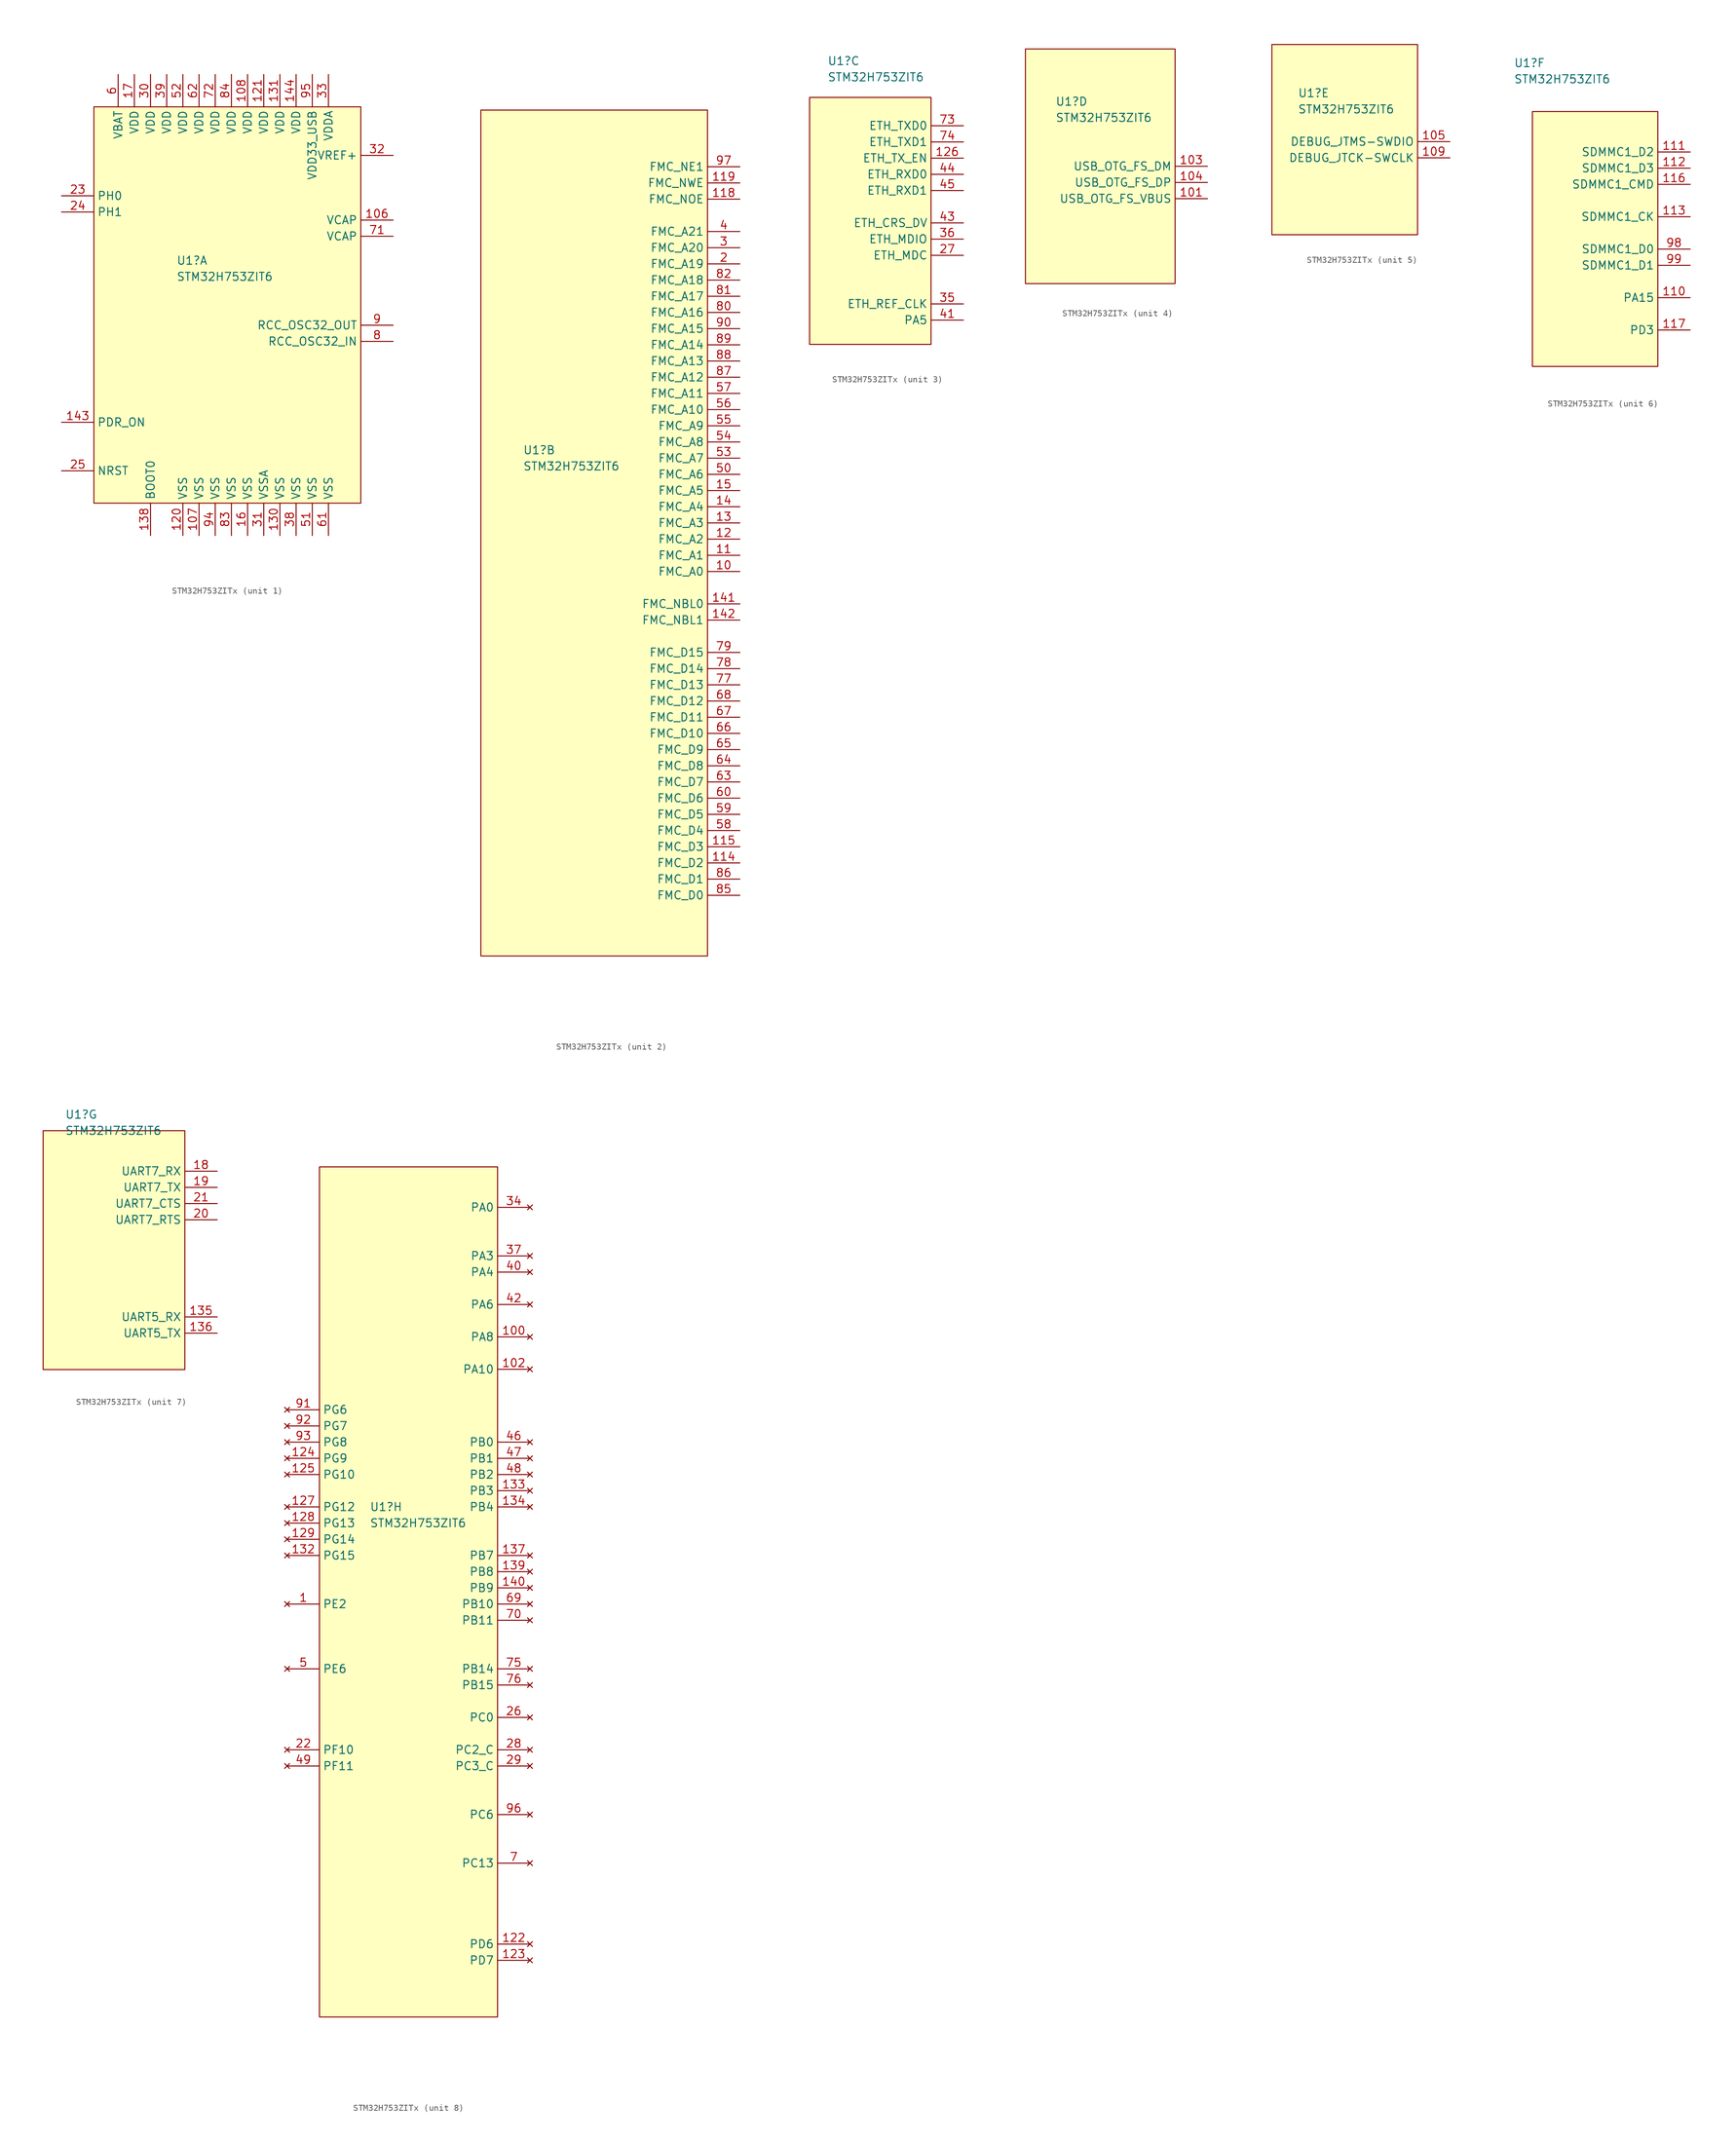
<source format=kicad_sym>
(kicad_symbol_lib
  (version 20231120)
  (generator "kicad_symbol_editor")
  (generator_version "8.0")
  (symbol "STM32H753ZITx"
    (property "Reference" "U1"
      (at -7.366 22.86 0)
      (effects (font (size 1.27 1.27)) (justify left)))
    (property "Value" "STM32H753ZIT6"
      (at -7.366 20.32 0)
      (effects (font (size 1.27 1.27)) (justify left)))
    (property "ki_locked" ""
      (at 0 0 0)
      (effects (font (size 1.27 1.27))))
    (symbol "STM32H753ZITx_1_1"
      (rectangle (start -20.32 46.99) (end 21.59 -15.24) (stroke (width 0) (type default)) (fill (type background)))
      (pin power_out line (at 26.67 29.21 180) (length 5.08) (name "VCAP" (effects (font (size 1.27 1.27)))) (number "106" (effects (font (size 1.27 1.27)))))
      (pin power_in line (at -3.81 -20.32 90) (length 5.08) (name "VSS" (effects (font (size 1.27 1.27)))) (number "107" (effects (font (size 1.27 1.27)))))
      (pin power_in line (at 3.81 52.07 270) (length 5.08) (name "VDD" (effects (font (size 1.27 1.27)))) (number "108" (effects (font (size 1.27 1.27)))))
      (pin power_in line (at -6.35 -20.32 90) (length 5.08) (name "VSS" (effects (font (size 1.27 1.27)))) (number "120" (effects (font (size 1.27 1.27)))))
      (pin power_in line (at 6.35 52.07 270) (length 5.08) (name "VDD" (effects (font (size 1.27 1.27)))) (number "121" (effects (font (size 1.27 1.27)))))
      (pin power_in line (at 8.89 -20.32 90) (length 5.08) (name "VSS" (effects (font (size 1.27 1.27)))) (number "130" (effects (font (size 1.27 1.27)))))
      (pin power_in line (at 8.89 52.07 270) (length 5.08) (name "VDD" (effects (font (size 1.27 1.27)))) (number "131" (effects (font (size 1.27 1.27)))))
      (pin input line (at -11.43 -20.32 90) (length 5.08) (name "BOOT0" (effects (font (size 1.27 1.27)))) (number "138" (effects (font (size 1.27 1.27)))))
      (pin input line (at -25.4 -2.54 0) (length 5.08) (name "PDR_ON" (effects (font (size 1.27 1.27)))) (number "143" (effects (font (size 1.27 1.27)))))
      (pin power_in line (at 11.43 52.07 270) (length 5.08) (name "VDD" (effects (font (size 1.27 1.27)))) (number "144" (effects (font (size 1.27 1.27)))))
      (pin power_in line (at 3.81 -20.32 90) (length 5.08) (name "VSS" (effects (font (size 1.27 1.27)))) (number "16" (effects (font (size 1.27 1.27)))))
      (pin power_in line (at -13.97 52.07 270) (length 5.08) (name "VDD" (effects (font (size 1.27 1.27)))) (number "17" (effects (font (size 1.27 1.27)))))
      (pin bidirectional line (at -25.4 33.02 0) (length 5.08) (name "PH0" (effects (font (size 1.27 1.27)))) (number "23" (effects (font (size 1.27 1.27)))) (alternate "RCC_OSC_IN" bidirectional line))
      (pin bidirectional line (at -25.4 30.48 0) (length 5.08) (name "PH1" (effects (font (size 1.27 1.27)))) (number "24" (effects (font (size 1.27 1.27)))) (alternate "RCC_OSC_OUT" bidirectional line))
      (pin input line (at -25.4 -10.16 0) (length 5.08) (name "NRST" (effects (font (size 1.27 1.27)))) (number "25" (effects (font (size 1.27 1.27)))))
      (pin power_in line (at -11.43 52.07 270) (length 5.08) (name "VDD" (effects (font (size 1.27 1.27)))) (number "30" (effects (font (size 1.27 1.27)))))
      (pin power_in line (at 6.35 -20.32 90) (length 5.08) (name "VSSA" (effects (font (size 1.27 1.27)))) (number "31" (effects (font (size 1.27 1.27)))))
      (pin input line (at 26.67 39.37 180) (length 5.08) (name "VREF+" (effects (font (size 1.27 1.27)))) (number "32" (effects (font (size 1.27 1.27)))) (alternate "VREFBUF_OUT" bidirectional line))
      (pin power_in line (at 16.51 52.07 270) (length 5.08) (name "VDDA" (effects (font (size 1.27 1.27)))) (number "33" (effects (font (size 1.27 1.27)))))
      (pin power_in line (at 11.43 -20.32 90) (length 5.08) (name "VSS" (effects (font (size 1.27 1.27)))) (number "38" (effects (font (size 1.27 1.27)))))
      (pin power_in line (at -8.89 52.07 270) (length 5.08) (name "VDD" (effects (font (size 1.27 1.27)))) (number "39" (effects (font (size 1.27 1.27)))))
      (pin power_in line (at 13.97 -20.32 90) (length 5.08) (name "VSS" (effects (font (size 1.27 1.27)))) (number "51" (effects (font (size 1.27 1.27)))))
      (pin power_in line (at -6.35 52.07 270) (length 5.08) (name "VDD" (effects (font (size 1.27 1.27)))) (number "52" (effects (font (size 1.27 1.27)))))
      (pin power_in line (at -16.51 52.07 270) (length 5.08) (name "VBAT" (effects (font (size 1.27 1.27)))) (number "6" (effects (font (size 1.27 1.27)))))
      (pin power_in line (at 16.51 -20.32 90) (length 5.08) (name "VSS" (effects (font (size 1.27 1.27)))) (number "61" (effects (font (size 1.27 1.27)))))
      (pin power_in line (at -3.81 52.07 270) (length 5.08) (name "VDD" (effects (font (size 1.27 1.27)))) (number "62" (effects (font (size 1.27 1.27)))))
      (pin power_out line (at 26.67 26.67 180) (length 5.08) (name "VCAP" (effects (font (size 1.27 1.27)))) (number "71" (effects (font (size 1.27 1.27)))))
      (pin power_in line (at -1.27 52.07 270) (length 5.08) (name "VDD" (effects (font (size 1.27 1.27)))) (number "72" (effects (font (size 1.27 1.27)))))
      (pin input line (at 26.67 10.16 180) (length 5.08) (name "RCC_OSC32_IN" (effects (font (size 1.27 1.27)))) (number "8" (effects (font (size 1.27 1.27)))) (alternate "RCC_OSC32_IN" bidirectional line))
      (pin power_in line (at 1.27 -20.32 90) (length 5.08) (name "VSS" (effects (font (size 1.27 1.27)))) (number "83" (effects (font (size 1.27 1.27)))))
      (pin power_in line (at 1.27 52.07 270) (length 5.08) (name "VDD" (effects (font (size 1.27 1.27)))) (number "84" (effects (font (size 1.27 1.27)))))
      (pin output line (at 26.67 12.7 180) (length 5.08) (name "RCC_OSC32_OUT" (effects (font (size 1.27 1.27)))) (number "9" (effects (font (size 1.27 1.27)))) (alternate "ADC1_EXTI15" bidirectional line) (alternate "ADC2_EXTI15" bidirectional line) (alternate "ADC3_EXTI15" bidirectional line) (alternate "RCC_OSC32_OUT" bidirectional line))
      (pin power_in line (at -1.27 -20.32 90) (length 5.08) (name "VSS" (effects (font (size 1.27 1.27)))) (number "94" (effects (font (size 1.27 1.27)))))
      (pin power_out line (at 13.97 52.07 270) (length 5.08) (name "VDD33_USB" (effects (font (size 1.27 1.27)))) (number "95" (effects (font (size 1.27 1.27))))))
    (symbol "STM32H753ZITx_2_1"
      (rectangle (start -13.97 76.2) (end 21.59 -56.515) (stroke (width 0) (type default)) (fill (type background)))
      (pin output line (at 26.67 3.81 180) (length 5.08) (name "FMC_A0" (effects (font (size 1.27 1.27)))) (number "10" (effects (font (size 1.27 1.27)))) (alternate "FMC_A0" bidirectional line) (alternate "I2C2_SDA" bidirectional line))
      (pin output line (at 26.67 6.35 180) (length 5.08) (name "FMC_A1" (effects (font (size 1.27 1.27)))) (number "11" (effects (font (size 1.27 1.27)))) (alternate "FMC_A1" bidirectional line) (alternate "I2C2_SCL" bidirectional line))
      (pin bidirectional line (at 26.67 -41.91 180) (length 5.08) (name "FMC_D2" (effects (font (size 1.27 1.27)))) (number "114" (effects (font (size 1.27 1.27)))) (alternate "DFSDM1_CKIN6" bidirectional line) (alternate "FDCAN1_RX" bidirectional line) (alternate "FMC_D2" bidirectional line) (alternate "FMC_DA2" bidirectional line) (alternate "SAI3_SCK_A" bidirectional line) (alternate "UART4_RX" bidirectional line))
      (pin bidirectional line (at 26.67 -39.37 180) (length 5.08) (name "FMC_D3" (effects (font (size 1.27 1.27)))) (number "115" (effects (font (size 1.27 1.27)))) (alternate "DFSDM1_DATIN6" bidirectional line) (alternate "FDCAN1_TX" bidirectional line) (alternate "FMC_D3" bidirectional line) (alternate "FMC_DA3" bidirectional line) (alternate "SAI3_SD_A" bidirectional line) (alternate "UART4_TX" bidirectional line))
      (pin output line (at 26.67 62.23 180) (length 5.08) (name "FMC_NOE" (effects (font (size 1.27 1.27)))) (number "118" (effects (font (size 1.27 1.27)))) (alternate "FMC_NOE" bidirectional line) (alternate "HRTIM_FLT3" bidirectional line) (alternate "SAI3_FS_A" bidirectional line) (alternate "USART2_DE" bidirectional line) (alternate "USART2_RTS" bidirectional line))
      (pin output line (at 26.67 64.77 180) (length 5.08) (name "FMC_NWE" (effects (font (size 1.27 1.27)))) (number "119" (effects (font (size 1.27 1.27)))) (alternate "FMC_NWE" bidirectional line) (alternate "HRTIM_EEV3" bidirectional line) (alternate "USART2_TX" bidirectional line))
      (pin output line (at 26.67 8.89 180) (length 5.08) (name "FMC_A2" (effects (font (size 1.27 1.27)))) (number "12" (effects (font (size 1.27 1.27)))) (alternate "FMC_A2" bidirectional line) (alternate "I2C2_SMBA" bidirectional line))
      (pin output line (at 26.67 11.43 180) (length 5.08) (name "FMC_A3" (effects (font (size 1.27 1.27)))) (number "13" (effects (font (size 1.27 1.27)))) (alternate "ADC3_INP5" bidirectional line) (alternate "FMC_A3" bidirectional line))
      (pin output line (at 26.67 13.97 180) (length 5.08) (name "FMC_A4" (effects (font (size 1.27 1.27)))) (number "14" (effects (font (size 1.27 1.27)))) (alternate "ADC3_INN5" bidirectional line) (alternate "ADC3_INP9" bidirectional line) (alternate "FMC_A4" bidirectional line))
      (pin output line (at 26.67 -1.27 180) (length 5.08) (name "FMC_NBL0" (effects (font (size 1.27 1.27)))) (number "141" (effects (font (size 1.27 1.27)))) (alternate "DCMI_D2" bidirectional line) (alternate "FMC_NBL0" bidirectional line) (alternate "HRTIM_SCIN" bidirectional line) (alternate "LPTIM1_ETR" bidirectional line) (alternate "LPTIM2_ETR" bidirectional line) (alternate "SAI2_MCLK_A" bidirectional line) (alternate "TIM4_ETR" bidirectional line) (alternate "UART8_RX" bidirectional line))
      (pin output line (at 26.67 -3.81 180) (length 5.08) (name "FMC_NBL1" (effects (font (size 1.27 1.27)))) (number "142" (effects (font (size 1.27 1.27)))) (alternate "DCMI_D3" bidirectional line) (alternate "FMC_NBL1" bidirectional line) (alternate "HRTIM_SCOUT" bidirectional line) (alternate "LPTIM1_IN2" bidirectional line) (alternate "UART8_TX" bidirectional line))
      (pin output line (at 26.67 16.51 180) (length 5.08) (name "FMC_A5" (effects (font (size 1.27 1.27)))) (number "15" (effects (font (size 1.27 1.27)))) (alternate "ADC3_INP4" bidirectional line) (alternate "FMC_A5" bidirectional line))
      (pin output line (at 26.67 52.07 180) (length 5.08) (name "FMC_A19" (effects (font (size 1.27 1.27)))) (number "2" (effects (font (size 1.27 1.27)))) (alternate "DEBUG_TRACED0" bidirectional line) (alternate "FMC_A19" bidirectional line) (alternate "SAI1_SD_B" bidirectional line) (alternate "SAI4_SD_B" bidirectional line) (alternate "TIM15_BKIN" bidirectional line))
      (pin output line (at 26.67 54.61 180) (length 5.08) (name "FMC_A20" (effects (font (size 1.27 1.27)))) (number "3" (effects (font (size 1.27 1.27)))) (alternate "DCMI_D4" bidirectional line) (alternate "DEBUG_TRACED1" bidirectional line) (alternate "DFSDM1_DATIN3" bidirectional line) (alternate "FMC_A20" bidirectional line) (alternate "LTDC_B0" bidirectional line) (alternate "SAI1_D2" bidirectional line) (alternate "SAI1_FS_A" bidirectional line) (alternate "SAI4_D2" bidirectional line) (alternate "SAI4_FS_A" bidirectional line) (alternate "SPI4_NSS" bidirectional line) (alternate "TIM15_CH1N" bidirectional line))
      (pin output line (at 26.67 57.15 180) (length 5.08) (name "FMC_A21" (effects (font (size 1.27 1.27)))) (number "4" (effects (font (size 1.27 1.27)))) (alternate "DCMI_D6" bidirectional line) (alternate "DEBUG_TRACED2" bidirectional line) (alternate "DFSDM1_CKIN3" bidirectional line) (alternate "FMC_A21" bidirectional line) (alternate "LTDC_G0" bidirectional line) (alternate "SAI1_CK2" bidirectional line) (alternate "SAI1_SCK_A" bidirectional line) (alternate "SAI4_CK2" bidirectional line) (alternate "SAI4_SCK_A" bidirectional line) (alternate "SPI4_MISO" bidirectional line) (alternate "TIM15_CH1" bidirectional line))
      (pin output line (at 26.67 19.05 180) (length 5.08) (name "FMC_A6" (effects (font (size 1.27 1.27)))) (number "50" (effects (font (size 1.27 1.27)))) (alternate "ADC1_INN2" bidirectional line) (alternate "ADC1_INP6" bidirectional line) (alternate "FMC_A6" bidirectional line))
      (pin output line (at 26.67 21.59 180) (length 5.08) (name "FMC_A7" (effects (font (size 1.27 1.27)))) (number "53" (effects (font (size 1.27 1.27)))) (alternate "ADC2_INP2" bidirectional line) (alternate "DFSDM1_DATIN6" bidirectional line) (alternate "FMC_A7" bidirectional line) (alternate "I2C4_SMBA" bidirectional line))
      (pin output line (at 26.67 24.13 180) (length 5.08) (name "FMC_A8" (effects (font (size 1.27 1.27)))) (number "54" (effects (font (size 1.27 1.27)))) (alternate "ADC2_INN2" bidirectional line) (alternate "ADC2_INP6" bidirectional line) (alternate "DFSDM1_CKIN6" bidirectional line) (alternate "FMC_A8" bidirectional line) (alternate "I2C4_SCL" bidirectional line))
      (pin output line (at 26.67 26.67 180) (length 5.08) (name "FMC_A9" (effects (font (size 1.27 1.27)))) (number "55" (effects (font (size 1.27 1.27)))) (alternate "ADC1_EXTI15" bidirectional line) (alternate "ADC2_EXTI15" bidirectional line) (alternate "ADC3_EXTI15" bidirectional line) (alternate "FMC_A9" bidirectional line) (alternate "I2C4_SDA" bidirectional line))
      (pin output line (at 26.67 29.21 180) (length 5.08) (name "FMC_A10" (effects (font (size 1.27 1.27)))) (number "56" (effects (font (size 1.27 1.27)))) (alternate "FMC_A10" bidirectional line))
      (pin output line (at 26.67 31.75 180) (length 5.08) (name "FMC_A11" (effects (font (size 1.27 1.27)))) (number "57" (effects (font (size 1.27 1.27)))) (alternate "FMC_A11" bidirectional line) (alternate "OPAMP2_VINM" bidirectional line) (alternate "OPAMP2_VINM1" bidirectional line))
      (pin bidirectional line (at 26.67 -36.83 180) (length 5.08) (name "FMC_D4" (effects (font (size 1.27 1.27)))) (number "58" (effects (font (size 1.27 1.27)))) (alternate "COMP2_INM" bidirectional line) (alternate "DFSDM1_DATIN2" bidirectional line) (alternate "FMC_D4" bidirectional line) (alternate "FMC_DA4" bidirectional line) (alternate "OPAMP2_VOUT" bidirectional line) (alternate "QUADSPI_BK2_IO0" bidirectional line) (alternate "TIM1_ETR" bidirectional line) (alternate "UART7_RX" bidirectional line))
      (pin bidirectional line (at 26.67 -34.29 180) (length 5.08) (name "FMC_D5" (effects (font (size 1.27 1.27)))) (number "59" (effects (font (size 1.27 1.27)))) (alternate "COMP2_OUT" bidirectional line) (alternate "DFSDM1_CKIN2" bidirectional line) (alternate "FMC_D5" bidirectional line) (alternate "FMC_DA5" bidirectional line) (alternate "OPAMP2_VINM" bidirectional line) (alternate "OPAMP2_VINM0" bidirectional line) (alternate "QUADSPI_BK2_IO1" bidirectional line) (alternate "TIM1_CH1N" bidirectional line) (alternate "UART7_TX" bidirectional line))
      (pin bidirectional line (at 26.67 -31.75 180) (length 5.08) (name "FMC_D6" (effects (font (size 1.27 1.27)))) (number "60" (effects (font (size 1.27 1.27)))) (alternate "COMP2_INP" bidirectional line) (alternate "DAC1_EXTI9" bidirectional line) (alternate "DFSDM1_CKOUT" bidirectional line) (alternate "FMC_D6" bidirectional line) (alternate "FMC_DA6" bidirectional line) (alternate "OPAMP2_VINP" bidirectional line) (alternate "QUADSPI_BK2_IO2" bidirectional line) (alternate "TIM1_CH1" bidirectional line) (alternate "UART7_DE" bidirectional line) (alternate "UART7_RTS" bidirectional line))
      (pin bidirectional line (at 26.67 -29.21 180) (length 5.08) (name "FMC_D7" (effects (font (size 1.27 1.27)))) (number "63" (effects (font (size 1.27 1.27)))) (alternate "COMP2_INM" bidirectional line) (alternate "DFSDM1_DATIN4" bidirectional line) (alternate "FMC_D7" bidirectional line) (alternate "FMC_DA7" bidirectional line) (alternate "QUADSPI_BK2_IO3" bidirectional line) (alternate "TIM1_CH2N" bidirectional line) (alternate "UART7_CTS" bidirectional line))
      (pin bidirectional line (at 26.67 -26.67 180) (length 5.08) (name "FMC_D8" (effects (font (size 1.27 1.27)))) (number "64" (effects (font (size 1.27 1.27)))) (alternate "ADC1_EXTI11" bidirectional line) (alternate "ADC2_EXTI11" bidirectional line) (alternate "ADC3_EXTI11" bidirectional line) (alternate "COMP2_INP" bidirectional line) (alternate "DFSDM1_CKIN4" bidirectional line) (alternate "FMC_D8" bidirectional line) (alternate "FMC_DA8" bidirectional line) (alternate "LTDC_G3" bidirectional line) (alternate "SAI2_SD_B" bidirectional line) (alternate "SPI4_NSS" bidirectional line) (alternate "TIM1_CH2" bidirectional line))
      (pin bidirectional line (at 26.67 -24.13 180) (length 5.08) (name "FMC_D9" (effects (font (size 1.27 1.27)))) (number "65" (effects (font (size 1.27 1.27)))) (alternate "COMP1_OUT" bidirectional line) (alternate "DFSDM1_DATIN5" bidirectional line) (alternate "FMC_D9" bidirectional line) (alternate "FMC_DA9" bidirectional line) (alternate "LTDC_B4" bidirectional line) (alternate "SAI2_SCK_B" bidirectional line) (alternate "SPI4_SCK" bidirectional line) (alternate "TIM1_CH3N" bidirectional line))
      (pin bidirectional line (at 26.67 -21.59 180) (length 5.08) (name "FMC_D10" (effects (font (size 1.27 1.27)))) (number "66" (effects (font (size 1.27 1.27)))) (alternate "COMP2_OUT" bidirectional line) (alternate "DFSDM1_CKIN5" bidirectional line) (alternate "FMC_D10" bidirectional line) (alternate "FMC_DA10" bidirectional line) (alternate "LTDC_DE" bidirectional line) (alternate "SAI2_FS_B" bidirectional line) (alternate "SPI4_MISO" bidirectional line) (alternate "TIM1_CH3" bidirectional line))
      (pin bidirectional line (at 26.67 -19.05 180) (length 5.08) (name "FMC_D11" (effects (font (size 1.27 1.27)))) (number "67" (effects (font (size 1.27 1.27)))) (alternate "FMC_D11" bidirectional line) (alternate "FMC_DA11" bidirectional line) (alternate "LTDC_CLK" bidirectional line) (alternate "SAI2_MCLK_B" bidirectional line) (alternate "SPI4_MOSI" bidirectional line) (alternate "TIM1_CH4" bidirectional line))
      (pin bidirectional line (at 26.67 -16.51 180) (length 5.08) (name "FMC_D12" (effects (font (size 1.27 1.27)))) (number "68" (effects (font (size 1.27 1.27)))) (alternate "ADC1_EXTI15" bidirectional line) (alternate "ADC2_EXTI15" bidirectional line) (alternate "ADC3_EXTI15" bidirectional line) (alternate "FMC_D12" bidirectional line) (alternate "FMC_DA12" bidirectional line) (alternate "LTDC_R7" bidirectional line) (alternate "TIM1_BKIN" bidirectional line) (alternate "TIM1_BKIN_COMP1" bidirectional line) (alternate "TIM1_BKIN_COMP2" bidirectional line))
      (pin bidirectional line (at 26.67 -13.97 180) (length 5.08) (name "FMC_D13" (effects (font (size 1.27 1.27)))) (number "77" (effects (font (size 1.27 1.27)))) (alternate "DFSDM1_CKIN3" bidirectional line) (alternate "FMC_D13" bidirectional line) (alternate "FMC_DA13" bidirectional line) (alternate "SAI3_SCK_B" bidirectional line) (alternate "SPDIFRX1_IN1" bidirectional line) (alternate "USART3_TX" bidirectional line))
      (pin bidirectional line (at 26.67 -11.43 180) (length 5.08) (name "FMC_D14" (effects (font (size 1.27 1.27)))) (number "78" (effects (font (size 1.27 1.27)))) (alternate "DAC1_EXTI9" bidirectional line) (alternate "DFSDM1_DATIN3" bidirectional line) (alternate "FMC_D14" bidirectional line) (alternate "FMC_DA14" bidirectional line) (alternate "SAI3_SD_B" bidirectional line) (alternate "USART3_RX" bidirectional line))
      (pin bidirectional line (at 26.67 -8.89 180) (length 5.08) (name "FMC_D15" (effects (font (size 1.27 1.27)))) (number "79" (effects (font (size 1.27 1.27)))) (alternate "DFSDM1_CKOUT" bidirectional line) (alternate "FMC_D15" bidirectional line) (alternate "FMC_DA15" bidirectional line) (alternate "LTDC_B3" bidirectional line) (alternate "SAI3_FS_B" bidirectional line) (alternate "USART3_CK" bidirectional line))
      (pin output line (at 26.67 44.45 180) (length 5.08) (name "FMC_A16" (effects (font (size 1.27 1.27)))) (number "80" (effects (font (size 1.27 1.27)))) (alternate "ADC1_EXTI11" bidirectional line) (alternate "ADC2_EXTI11" bidirectional line) (alternate "ADC3_EXTI11" bidirectional line) (alternate "FMC_A16" bidirectional line) (alternate "FMC_CLE" bidirectional line) (alternate "I2C4_SMBA" bidirectional line) (alternate "LPTIM2_IN2" bidirectional line) (alternate "QUADSPI_BK1_IO0" bidirectional line) (alternate "SAI2_SD_A" bidirectional line) (alternate "USART3_CTS" bidirectional line) (alternate "USART3_NSS" bidirectional line))
      (pin output line (at 26.67 46.99 180) (length 5.08) (name "FMC_A17" (effects (font (size 1.27 1.27)))) (number "81" (effects (font (size 1.27 1.27)))) (alternate "FMC_A17" bidirectional line) (alternate "FMC_ALE" bidirectional line) (alternate "I2C4_SCL" bidirectional line) (alternate "LPTIM1_IN1" bidirectional line) (alternate "LPTIM2_IN1" bidirectional line) (alternate "QUADSPI_BK1_IO1" bidirectional line) (alternate "SAI2_FS_A" bidirectional line) (alternate "TIM4_CH1" bidirectional line) (alternate "USART3_DE" bidirectional line) (alternate "USART3_RTS" bidirectional line))
      (pin output line (at 26.67 49.53 180) (length 5.08) (name "FMC_A18" (effects (font (size 1.27 1.27)))) (number "82" (effects (font (size 1.27 1.27)))) (alternate "FMC_A18" bidirectional line) (alternate "I2C4_SDA" bidirectional line) (alternate "LPTIM1_OUT" bidirectional line) (alternate "QUADSPI_BK1_IO3" bidirectional line) (alternate "SAI2_SCK_A" bidirectional line) (alternate "TIM4_CH2" bidirectional line))
      (pin bidirectional line (at 26.67 -46.99 180) (length 5.08) (name "FMC_D0" (effects (font (size 1.27 1.27)))) (number "85" (effects (font (size 1.27 1.27)))) (alternate "FMC_D0" bidirectional line) (alternate "FMC_DA0" bidirectional line) (alternate "SAI3_MCLK_B" bidirectional line) (alternate "TIM4_CH3" bidirectional line) (alternate "UART8_CTS" bidirectional line))
      (pin bidirectional line (at 26.67 -44.45 180) (length 5.08) (name "FMC_D1" (effects (font (size 1.27 1.27)))) (number "86" (effects (font (size 1.27 1.27)))) (alternate "ADC1_EXTI15" bidirectional line) (alternate "ADC2_EXTI15" bidirectional line) (alternate "ADC3_EXTI15" bidirectional line) (alternate "FMC_D1" bidirectional line) (alternate "FMC_DA1" bidirectional line) (alternate "SAI3_MCLK_A" bidirectional line) (alternate "TIM4_CH4" bidirectional line) (alternate "UART8_DE" bidirectional line) (alternate "UART8_RTS" bidirectional line))
      (pin output line (at 26.67 34.29 180) (length 5.08) (name "FMC_A12" (effects (font (size 1.27 1.27)))) (number "87" (effects (font (size 1.27 1.27)))) (alternate "FMC_A12" bidirectional line) (alternate "TIM8_BKIN" bidirectional line) (alternate "TIM8_BKIN_COMP1" bidirectional line) (alternate "TIM8_BKIN_COMP2" bidirectional line))
      (pin output line (at 26.67 36.83 180) (length 5.08) (name "FMC_A13" (effects (font (size 1.27 1.27)))) (number "88" (effects (font (size 1.27 1.27)))) (alternate "FMC_A13" bidirectional line) (alternate "TIM8_BKIN2" bidirectional line) (alternate "TIM8_BKIN2_COMP1" bidirectional line) (alternate "TIM8_BKIN2_COMP2" bidirectional line))
      (pin output line (at 26.67 39.37 180) (length 5.08) (name "FMC_A14" (effects (font (size 1.27 1.27)))) (number "89" (effects (font (size 1.27 1.27)))) (alternate "FMC_A14" bidirectional line) (alternate "FMC_BA0" bidirectional line) (alternate "TIM1_BKIN2" bidirectional line) (alternate "TIM1_BKIN2_COMP1" bidirectional line) (alternate "TIM1_BKIN2_COMP2" bidirectional line))
      (pin output line (at 26.67 41.91 180) (length 5.08) (name "FMC_A15" (effects (font (size 1.27 1.27)))) (number "90" (effects (font (size 1.27 1.27)))) (alternate "FMC_A15" bidirectional line) (alternate "FMC_BA1" bidirectional line) (alternate "TIM1_ETR" bidirectional line))
      (pin output line (at 26.67 67.31 180) (length 5.08) (name "FMC_NE1" (effects (font (size 1.27 1.27)))) (number "97" (effects (font (size 1.27 1.27)))) (alternate "DCMI_D1" bidirectional line) (alternate "DEBUG_TRGIO" bidirectional line) (alternate "DFSDM1_DATIN3" bidirectional line) (alternate "FMC_NE1" bidirectional line) (alternate "HRTIM_CHA2" bidirectional line) (alternate "I2S3_MCK" bidirectional line) (alternate "LTDC_G6" bidirectional line) (alternate "SDMMC1_D123DIR" bidirectional line) (alternate "SDMMC1_D7" bidirectional line) (alternate "SDMMC2_D7" bidirectional line) (alternate "SWPMI1_TX" bidirectional line) (alternate "TIM3_CH2" bidirectional line) (alternate "TIM8_CH2" bidirectional line) (alternate "USART6_RX" bidirectional line)))
    (symbol "STM32H753ZITx_3_1"
      (rectangle (start -10.16 17.145) (end 8.89 -21.59) (stroke (width 0) (type default)) (fill (type background)))
      (pin bidirectional line (at 13.97 7.62 180) (length 5.08) (name "ETH_TX_EN" (effects (font (size 1.27 1.27)))) (number "126" (effects (font (size 1.27 1.27)))) (alternate "ADC1_EXTI11" bidirectional line) (alternate "ADC2_EXTI11" bidirectional line) (alternate "ADC3_EXTI11" bidirectional line) (alternate "DCMI_D3" bidirectional line) (alternate "ETH_TX_EN" bidirectional line) (alternate "HRTIM_EEV4" bidirectional line) (alternate "I2S1_CK" bidirectional line) (alternate "LPTIM1_IN2" bidirectional line) (alternate "LTDC_B3" bidirectional line) (alternate "SDMMC2_D2" bidirectional line) (alternate "SPDIFRX1_IN0" bidirectional line) (alternate "SPI1_SCK" bidirectional line))
      (pin bidirectional line (at 13.97 -7.62 180) (length 5.08) (name "ETH_MDC" (effects (font (size 1.27 1.27)))) (number "27" (effects (font (size 1.27 1.27)))) (alternate "ADC1_INN10" bidirectional line) (alternate "ADC1_INP11" bidirectional line) (alternate "ADC2_INN10" bidirectional line) (alternate "ADC2_INP11" bidirectional line) (alternate "ADC3_INN10" bidirectional line) (alternate "ADC3_INP11" bidirectional line) (alternate "DEBUG_TRACED0" bidirectional line) (alternate "DFSDM1_CKIN4" bidirectional line) (alternate "DFSDM1_DATIN0" bidirectional line) (alternate "ETH_MDC" bidirectional line) (alternate "I2S2_SDO" bidirectional line) (alternate "MDIOS_MDC" bidirectional line) (alternate "PWR_WKUP6" bidirectional line) (alternate "RTC_TAMP3" bidirectional line) (alternate "SAI1_D1" bidirectional line) (alternate "SAI1_SD_A" bidirectional line) (alternate "SAI4_D1" bidirectional line) (alternate "SAI4_SD_A" bidirectional line) (alternate "SDMMC2_CK" bidirectional line) (alternate "SPI2_MOSI" bidirectional line))
      (pin input line (at 13.97 -15.24 180) (length 5.08) (name "ETH_REF_CLK" (effects (font (size 1.27 1.27)))) (number "35" (effects (font (size 1.27 1.27)))) (alternate "ADC1_INN16" bidirectional line) (alternate "ADC1_INP17" bidirectional line) (alternate "ETH_REF_CLK" bidirectional line) (alternate "ETH_RX_CLK" bidirectional line) (alternate "LPTIM3_OUT" bidirectional line) (alternate "LTDC_R2" bidirectional line) (alternate "QUADSPI_BK1_IO3" bidirectional line) (alternate "SAI2_MCLK_B" bidirectional line) (alternate "TIM15_CH1N" bidirectional line) (alternate "TIM2_CH2" bidirectional line) (alternate "TIM5_CH2" bidirectional line) (alternate "UART4_RX" bidirectional line) (alternate "USART2_DE" bidirectional line) (alternate "USART2_RTS" bidirectional line))
      (pin bidirectional line (at 13.97 -5.08 180) (length 5.08) (name "ETH_MDIO" (effects (font (size 1.27 1.27)))) (number "36" (effects (font (size 1.27 1.27)))) (alternate "ADC1_INP14" bidirectional line) (alternate "ADC2_INP14" bidirectional line) (alternate "ETH_MDIO" bidirectional line) (alternate "LPTIM4_OUT" bidirectional line) (alternate "LTDC_R1" bidirectional line) (alternate "MDIOS_MDIO" bidirectional line) (alternate "PWR_WKUP2" bidirectional line) (alternate "SAI2_SCK_B" bidirectional line) (alternate "TIM15_CH1" bidirectional line) (alternate "TIM2_CH3" bidirectional line) (alternate "TIM5_CH3" bidirectional line) (alternate "USART2_TX" bidirectional line))
      (pin input line (at 13.97 -17.78 180) (length 5.08) (name "PA5" (effects (font (size 1.27 1.27)))) (number "41" (effects (font (size 1.27 1.27)))) (alternate "ADC1_INN18" bidirectional line) (alternate "ADC1_INP19" bidirectional line) (alternate "ADC2_INN18" bidirectional line) (alternate "ADC2_INP19" bidirectional line) (alternate "DAC1_OUT2" bidirectional line) (alternate "I2S1_CK" bidirectional line) (alternate "LTDC_R4" bidirectional line) (alternate "PWR_NDSTOP2" bidirectional line) (alternate "SPI1_SCK" bidirectional line) (alternate "SPI6_SCK" bidirectional line) (alternate "TIM2_CH1" bidirectional line) (alternate "TIM2_ETR" bidirectional line) (alternate "TIM8_CH1N" bidirectional line) (alternate "USB_OTG_HS_ULPI_CK" bidirectional line))
      (pin input line (at 13.97 -2.54 180) (length 5.08) (name "ETH_CRS_DV" (effects (font (size 1.27 1.27)))) (number "43" (effects (font (size 1.27 1.27)))) (alternate "ADC1_INN3" bidirectional line) (alternate "ADC1_INP7" bidirectional line) (alternate "ADC2_INN3" bidirectional line) (alternate "ADC2_INP7" bidirectional line) (alternate "ETH_CRS_DV" bidirectional line) (alternate "ETH_RX_DV" bidirectional line) (alternate "FMC_SDNWE" bidirectional line) (alternate "I2S1_SDO" bidirectional line) (alternate "OPAMP1_VINM" bidirectional line) (alternate "OPAMP1_VINM1" bidirectional line) (alternate "SPI1_MOSI" bidirectional line) (alternate "SPI6_MOSI" bidirectional line) (alternate "TIM14_CH1" bidirectional line) (alternate "TIM1_CH1N" bidirectional line) (alternate "TIM3_CH2" bidirectional line) (alternate "TIM8_CH1N" bidirectional line))
      (pin input line (at 13.97 5.08 180) (length 5.08) (name "ETH_RXD0" (effects (font (size 1.27 1.27)))) (number "44" (effects (font (size 1.27 1.27)))) (alternate "ADC1_INP4" bidirectional line) (alternate "ADC2_INP4" bidirectional line) (alternate "COMP1_INM" bidirectional line) (alternate "DFSDM1_CKIN2" bidirectional line) (alternate "ETH_RXD0" bidirectional line) (alternate "FMC_SDNE0" bidirectional line) (alternate "I2S1_MCK" bidirectional line) (alternate "OPAMP1_VOUT" bidirectional line) (alternate "SPDIFRX1_IN2" bidirectional line))
      (pin input line (at 13.97 2.54 180) (length 5.08) (name "ETH_RXD1" (effects (font (size 1.27 1.27)))) (number "45" (effects (font (size 1.27 1.27)))) (alternate "ADC1_INN4" bidirectional line) (alternate "ADC1_INP8" bidirectional line) (alternate "ADC2_INN4" bidirectional line) (alternate "ADC2_INP8" bidirectional line) (alternate "COMP1_OUT" bidirectional line) (alternate "DFSDM1_DATIN2" bidirectional line) (alternate "ETH_RXD1" bidirectional line) (alternate "FMC_SDCKE0" bidirectional line) (alternate "OPAMP1_VINM" bidirectional line) (alternate "OPAMP1_VINM0" bidirectional line) (alternate "SAI1_D3" bidirectional line) (alternate "SAI4_D3" bidirectional line) (alternate "SPDIFRX1_IN3" bidirectional line))
      (pin output line (at 13.97 12.7 180) (length 5.08) (name "ETH_TXD0" (effects (font (size 1.27 1.27)))) (number "73" (effects (font (size 1.27 1.27)))) (alternate "DFSDM1_DATIN1" bidirectional line) (alternate "ETH_TXD0" bidirectional line) (alternate "FDCAN2_RX" bidirectional line) (alternate "I2C2_SMBA" bidirectional line) (alternate "I2S2_WS" bidirectional line) (alternate "SPI2_NSS" bidirectional line) (alternate "TIM1_BKIN" bidirectional line) (alternate "TIM1_BKIN_COMP1" bidirectional line) (alternate "TIM1_BKIN_COMP2" bidirectional line) (alternate "UART5_RX" bidirectional line) (alternate "USART3_CK" bidirectional line) (alternate "USB_OTG_HS_ID" bidirectional line) (alternate "USB_OTG_HS_ULPI_D5" bidirectional line))
      (pin output line (at 13.97 10.16 180) (length 5.08) (name "ETH_TXD1" (effects (font (size 1.27 1.27)))) (number "74" (effects (font (size 1.27 1.27)))) (alternate "DFSDM1_CKIN1" bidirectional line) (alternate "ETH_TXD1" bidirectional line) (alternate "FDCAN2_TX" bidirectional line) (alternate "I2S2_CK" bidirectional line) (alternate "LPTIM2_OUT" bidirectional line) (alternate "SPI2_SCK" bidirectional line) (alternate "TIM1_CH1N" bidirectional line) (alternate "UART5_TX" bidirectional line) (alternate "USART3_CTS" bidirectional line) (alternate "USART3_NSS" bidirectional line) (alternate "USB_OTG_HS_ULPI_D6" bidirectional line) (alternate "USB_OTG_HS_VBUS" bidirectional line)))
    (symbol "STM32H753ZITx_4_1"
      (rectangle (start -12.065 31.115) (end 11.43 -5.715) (stroke (width 0) (type default)) (fill (type background)))
      (pin input line (at 16.51 7.62 180) (length 5.08) (name "USB_OTG_FS_VBUS" (effects (font (size 1.27 1.27)))) (number "101" (effects (font (size 1.27 1.27)))) (alternate "DAC1_EXTI9" bidirectional line) (alternate "DCMI_D0" bidirectional line) (alternate "HRTIM_CHC1" bidirectional line) (alternate "I2C3_SMBA" bidirectional line) (alternate "I2S2_CK" bidirectional line) (alternate "LPUART1_TX" bidirectional line) (alternate "LTDC_R5" bidirectional line) (alternate "SPI2_SCK" bidirectional line) (alternate "TIM1_CH2" bidirectional line) (alternate "USART1_TX" bidirectional line) (alternate "USB_OTG_FS_VBUS" bidirectional line))
      (pin bidirectional line (at 16.51 12.7 180) (length 5.08) (name "USB_OTG_FS_DM" (effects (font (size 1.27 1.27)))) (number "103" (effects (font (size 1.27 1.27)))) (alternate "ADC1_EXTI11" bidirectional line) (alternate "ADC2_EXTI11" bidirectional line) (alternate "ADC3_EXTI11" bidirectional line) (alternate "FDCAN1_RX" bidirectional line) (alternate "HRTIM_CHD1" bidirectional line) (alternate "I2S2_WS" bidirectional line) (alternate "LPUART1_CTS" bidirectional line) (alternate "LTDC_R4" bidirectional line) (alternate "SPI2_NSS" bidirectional line) (alternate "TIM1_CH4" bidirectional line) (alternate "UART4_RX" bidirectional line) (alternate "USART1_CTS" bidirectional line) (alternate "USART1_NSS" bidirectional line) (alternate "USB_OTG_FS_DM" bidirectional line))
      (pin bidirectional line (at 16.51 10.16 180) (length 5.08) (name "USB_OTG_FS_DP" (effects (font (size 1.27 1.27)))) (number "104" (effects (font (size 1.27 1.27)))) (alternate "FDCAN1_TX" bidirectional line) (alternate "HRTIM_CHD2" bidirectional line) (alternate "I2S2_CK" bidirectional line) (alternate "LPUART1_DE" bidirectional line) (alternate "LPUART1_RTS" bidirectional line) (alternate "LTDC_R5" bidirectional line) (alternate "SAI2_FS_B" bidirectional line) (alternate "SPI2_SCK" bidirectional line) (alternate "TIM1_ETR" bidirectional line) (alternate "UART4_TX" bidirectional line) (alternate "USART1_DE" bidirectional line) (alternate "USART1_RTS" bidirectional line) (alternate "USB_OTG_FS_DP" bidirectional line)))
    (symbol "STM32H753ZITx_5_1"
      (rectangle (start -11.43 30.48) (end 11.43 0.635) (stroke (width 0) (type default)) (fill (type background)))
      (pin bidirectional line (at 16.51 15.24 180) (length 5.08) (name "DEBUG_JTMS-SWDIO" (effects (font (size 1.27 1.27)))) (number "105" (effects (font (size 1.27 1.27)))) (alternate "DEBUG_JTMS-SWDIO" bidirectional line))
      (pin bidirectional line (at 16.51 12.7 180) (length 5.08) (name "DEBUG_JTCK-SWCLK" (effects (font (size 1.27 1.27)))) (number "109" (effects (font (size 1.27 1.27)))) (alternate "DEBUG_JTCK-SWCLK" bidirectional line)))
    (symbol "STM32H753ZITx_6_1"
      (rectangle (start -4.445 15.24) (end 15.24 -24.765) (stroke (width 0) (type default)) (fill (type background)))
      (pin input line (at 20.32 -13.97 180) (length 5.08) (name "PA15" (effects (font (size 1.27 1.27)))) (number "110" (effects (font (size 1.27 1.27)))) (alternate "ADC1_EXTI15" bidirectional line) (alternate "ADC2_EXTI15" bidirectional line) (alternate "ADC3_EXTI15" bidirectional line) (alternate "CEC" bidirectional line) (alternate "DEBUG_JTDI" bidirectional line) (alternate "HRTIM_FLT1" bidirectional line) (alternate "I2S1_WS" bidirectional line) (alternate "I2S3_WS" bidirectional line) (alternate "SPI1_NSS" bidirectional line) (alternate "SPI3_NSS" bidirectional line) (alternate "SPI6_NSS" bidirectional line) (alternate "TIM2_CH1" bidirectional line) (alternate "TIM2_ETR" bidirectional line) (alternate "UART4_DE" bidirectional line) (alternate "UART4_RTS" bidirectional line) (alternate "UART7_TX" bidirectional line))
      (pin bidirectional line (at 20.32 8.89 180) (length 5.08) (name "SDMMC1_D2" (effects (font (size 1.27 1.27)))) (number "111" (effects (font (size 1.27 1.27)))) (alternate "DCMI_D8" bidirectional line) (alternate "DFSDM1_CKIN5" bidirectional line) (alternate "HRTIM_EEV1" bidirectional line) (alternate "I2S3_CK" bidirectional line) (alternate "LTDC_R2" bidirectional line) (alternate "QUADSPI_BK1_IO1" bidirectional line) (alternate "SDMMC1_D2" bidirectional line) (alternate "SPI3_SCK" bidirectional line) (alternate "UART4_TX" bidirectional line) (alternate "USART3_TX" bidirectional line))
      (pin bidirectional line (at 20.32 6.35 180) (length 5.08) (name "SDMMC1_D3" (effects (font (size 1.27 1.27)))) (number "112" (effects (font (size 1.27 1.27)))) (alternate "ADC1_EXTI11" bidirectional line) (alternate "ADC2_EXTI11" bidirectional line) (alternate "ADC3_EXTI11" bidirectional line) (alternate "DCMI_D4" bidirectional line) (alternate "DFSDM1_DATIN5" bidirectional line) (alternate "HRTIM_FLT2" bidirectional line) (alternate "I2S3_SDI" bidirectional line) (alternate "QUADSPI_BK2_NCS" bidirectional line) (alternate "SDMMC1_D3" bidirectional line) (alternate "SPI3_MISO" bidirectional line) (alternate "UART4_RX" bidirectional line) (alternate "USART3_RX" bidirectional line))
      (pin bidirectional line (at 20.32 -1.27 180) (length 5.08) (name "SDMMC1_CK" (effects (font (size 1.27 1.27)))) (number "113" (effects (font (size 1.27 1.27)))) (alternate "DCMI_D9" bidirectional line) (alternate "DEBUG_TRACED3" bidirectional line) (alternate "HRTIM_EEV2" bidirectional line) (alternate "I2S3_SDO" bidirectional line) (alternate "SDMMC1_CK" bidirectional line) (alternate "SPI3_MOSI" bidirectional line) (alternate "UART5_TX" bidirectional line) (alternate "USART3_CK" bidirectional line))
      (pin output line (at 20.32 3.81 180) (length 5.08) (name "SDMMC1_CMD" (effects (font (size 1.27 1.27)))) (number "116" (effects (font (size 1.27 1.27)))) (alternate "DCMI_D11" bidirectional line) (alternate "DEBUG_TRACED2" bidirectional line) (alternate "SDMMC1_CMD" bidirectional line) (alternate "TIM3_ETR" bidirectional line) (alternate "UART5_RX" bidirectional line))
      (pin output line (at 20.32 -19.05 180) (length 5.08) (name "PD3" (effects (font (size 1.27 1.27)))) (number "117" (effects (font (size 1.27 1.27)))) (alternate "DCMI_D5" bidirectional line) (alternate "DFSDM1_CKOUT" bidirectional line) (alternate "FMC_CLK" bidirectional line) (alternate "I2S2_CK" bidirectional line) (alternate "LTDC_G7" bidirectional line) (alternate "SPI2_SCK" bidirectional line) (alternate "USART2_CTS" bidirectional line) (alternate "USART2_NSS" bidirectional line))
      (pin bidirectional line (at 20.32 -6.35 180) (length 5.08) (name "SDMMC1_D0" (effects (font (size 1.27 1.27)))) (number "98" (effects (font (size 1.27 1.27)))) (alternate "DCMI_D2" bidirectional line) (alternate "DEBUG_TRACED1" bidirectional line) (alternate "FMC_NCE" bidirectional line) (alternate "FMC_NE2" bidirectional line) (alternate "HRTIM_CHB1" bidirectional line) (alternate "SDMMC1_D0" bidirectional line) (alternate "SWPMI1_RX" bidirectional line) (alternate "TIM3_CH3" bidirectional line) (alternate "TIM8_CH3" bidirectional line) (alternate "UART5_DE" bidirectional line) (alternate "UART5_RTS" bidirectional line) (alternate "USART6_CK" bidirectional line))
      (pin bidirectional line (at 20.32 -8.89 180) (length 5.08) (name "SDMMC1_D1" (effects (font (size 1.27 1.27)))) (number "99" (effects (font (size 1.27 1.27)))) (alternate "DAC1_EXTI9" bidirectional line) (alternate "DCMI_D3" bidirectional line) (alternate "I2C3_SDA" bidirectional line) (alternate "I2S_CKIN" bidirectional line) (alternate "LTDC_B2" bidirectional line) (alternate "LTDC_G3" bidirectional line) (alternate "QUADSPI_BK1_IO0" bidirectional line) (alternate "RCC_MCO_2" bidirectional line) (alternate "SDMMC1_D1" bidirectional line) (alternate "SWPMI1_SUSPEND" bidirectional line) (alternate "TIM3_CH4" bidirectional line) (alternate "TIM8_CH4" bidirectional line) (alternate "UART5_CTS" bidirectional line)))
    (symbol "STM32H753ZITx_7_1"
      (rectangle (start -10.795 20.32) (end 11.43 -17.145) (stroke (width 0) (type default)) (fill (type background)))
      (pin input line (at 16.51 -8.89 180) (length 5.08) (name "UART5_RX" (effects (font (size 1.27 1.27)))) (number "135" (effects (font (size 1.27 1.27)))) (alternate "DCMI_D10" bidirectional line) (alternate "ETH_PPS_OUT" bidirectional line) (alternate "FDCAN2_RX" bidirectional line) (alternate "FMC_SDCKE1" bidirectional line) (alternate "HRTIM_EEV7" bidirectional line) (alternate "I2C1_SMBA" bidirectional line) (alternate "I2C4_SMBA" bidirectional line) (alternate "I2S1_SDO" bidirectional line) (alternate "I2S3_SDO" bidirectional line) (alternate "SPI1_MOSI" bidirectional line) (alternate "SPI3_MOSI" bidirectional line) (alternate "SPI6_MOSI" bidirectional line) (alternate "TIM17_BKIN" bidirectional line) (alternate "TIM3_CH2" bidirectional line) (alternate "UART5_RX" bidirectional line) (alternate "USB_OTG_HS_ULPI_D7" bidirectional line))
      (pin output line (at 16.51 -11.43 180) (length 5.08) (name "UART5_TX" (effects (font (size 1.27 1.27)))) (number "136" (effects (font (size 1.27 1.27)))) (alternate "CEC" bidirectional line) (alternate "DCMI_D5" bidirectional line) (alternate "DFSDM1_DATIN5" bidirectional line) (alternate "FDCAN2_TX" bidirectional line) (alternate "FMC_SDNE1" bidirectional line) (alternate "HRTIM_EEV8" bidirectional line) (alternate "I2C1_SCL" bidirectional line) (alternate "I2C4_SCL" bidirectional line) (alternate "LPUART1_TX" bidirectional line) (alternate "QUADSPI_BK1_NCS" bidirectional line) (alternate "TIM16_CH1N" bidirectional line) (alternate "TIM4_CH1" bidirectional line) (alternate "UART5_TX" bidirectional line) (alternate "USART1_TX" bidirectional line))
      (pin input line (at 16.51 13.97 180) (length 5.08) (name "UART7_RX" (effects (font (size 1.27 1.27)))) (number "18" (effects (font (size 1.27 1.27)))) (alternate "ADC3_INN4" bidirectional line) (alternate "ADC3_INP8" bidirectional line) (alternate "QUADSPI_BK1_IO3" bidirectional line) (alternate "SAI1_SD_B" bidirectional line) (alternate "SAI4_SD_B" bidirectional line) (alternate "SPI5_NSS" bidirectional line) (alternate "TIM16_CH1" bidirectional line) (alternate "UART7_RX" bidirectional line))
      (pin output line (at 16.51 11.43 180) (length 5.08) (name "UART7_TX" (effects (font (size 1.27 1.27)))) (number "19" (effects (font (size 1.27 1.27)))) (alternate "ADC3_INP3" bidirectional line) (alternate "QUADSPI_BK1_IO2" bidirectional line) (alternate "SAI1_MCLK_B" bidirectional line) (alternate "SAI4_MCLK_B" bidirectional line) (alternate "SPI5_SCK" bidirectional line) (alternate "TIM17_CH1" bidirectional line) (alternate "UART7_TX" bidirectional line))
      (pin output line (at 16.51 6.35 180) (length 5.08) (name "UART7_RTS" (effects (font (size 1.27 1.27)))) (number "20" (effects (font (size 1.27 1.27)))) (alternate "ADC3_INN3" bidirectional line) (alternate "ADC3_INP7" bidirectional line) (alternate "QUADSPI_BK1_IO0" bidirectional line) (alternate "SAI1_SCK_B" bidirectional line) (alternate "SAI4_SCK_B" bidirectional line) (alternate "SPI5_MISO" bidirectional line) (alternate "TIM13_CH1" bidirectional line) (alternate "TIM16_CH1N" bidirectional line) (alternate "UART7_DE" bidirectional line) (alternate "UART7_RTS" bidirectional line))
      (pin input line (at 16.51 8.89 180) (length 5.08) (name "UART7_CTS" (effects (font (size 1.27 1.27)))) (number "21" (effects (font (size 1.27 1.27)))) (alternate "ADC3_INP2" bidirectional line) (alternate "DAC1_EXTI9" bidirectional line) (alternate "QUADSPI_BK1_IO1" bidirectional line) (alternate "SAI1_FS_B" bidirectional line) (alternate "SAI4_FS_B" bidirectional line) (alternate "SPI5_MOSI" bidirectional line) (alternate "TIM14_CH1" bidirectional line) (alternate "TIM17_CH1N" bidirectional line) (alternate "UART7_CTS" bidirectional line)))
    (symbol "STM32H753ZITx_8_1"
      (rectangle (start -15.24 76.2) (end 12.7 -57.15) (stroke (width 0) (type default)) (fill (type background)))
      (pin no_connect line (at -20.32 7.62 0) (length 5.08) (name "PE2" (effects (font (size 1.27 1.27)))) (number "1" (effects (font (size 1.27 1.27)))) (alternate "DEBUG_TRACECLK" bidirectional line) (alternate "ETH_TXD3" bidirectional line) (alternate "FMC_A23" bidirectional line) (alternate "QUADSPI_BK1_IO2" bidirectional line) (alternate "SAI1_CK1" bidirectional line) (alternate "SAI1_MCLK_A" bidirectional line) (alternate "SAI4_CK1" bidirectional line) (alternate "SAI4_MCLK_A" bidirectional line) (alternate "SPI4_SCK" bidirectional line))
      (pin no_connect line (at 17.78 49.53 180) (length 5.08) (name "PA8" (effects (font (size 1.27 1.27)))) (number "100" (effects (font (size 1.27 1.27)))) (alternate "HRTIM_CHB2" bidirectional line) (alternate "I2C3_SCL" bidirectional line) (alternate "LTDC_B3" bidirectional line) (alternate "LTDC_R6" bidirectional line) (alternate "RCC_MCO_1" bidirectional line) (alternate "TIM1_CH1" bidirectional line) (alternate "TIM8_BKIN2" bidirectional line) (alternate "TIM8_BKIN2_COMP1" bidirectional line) (alternate "TIM8_BKIN2_COMP2" bidirectional line) (alternate "UART7_RX" bidirectional line) (alternate "USART1_CK" bidirectional line) (alternate "USB_OTG_FS_SOF" bidirectional line))
      (pin no_connect line (at 17.78 44.45 180) (length 5.08) (name "PA10" (effects (font (size 1.27 1.27)))) (number "102" (effects (font (size 1.27 1.27)))) (alternate "DCMI_D1" bidirectional line) (alternate "HRTIM_CHC2" bidirectional line) (alternate "LPUART1_RX" bidirectional line) (alternate "LTDC_B1" bidirectional line) (alternate "LTDC_B4" bidirectional line) (alternate "MDIOS_MDIO" bidirectional line) (alternate "TIM1_CH3" bidirectional line) (alternate "USART1_RX" bidirectional line) (alternate "USB_OTG_FS_ID" bidirectional line))
      (pin no_connect line (at 17.78 -45.72 180) (length 5.08) (name "PD6" (effects (font (size 1.27 1.27)))) (number "122" (effects (font (size 1.27 1.27)))) (alternate "DCMI_D10" bidirectional line) (alternate "DFSDM1_CKIN4" bidirectional line) (alternate "DFSDM1_DATIN1" bidirectional line) (alternate "FMC_NWAIT" bidirectional line) (alternate "I2S3_SDO" bidirectional line) (alternate "LTDC_B2" bidirectional line) (alternate "SAI1_D1" bidirectional line) (alternate "SAI1_SD_A" bidirectional line) (alternate "SAI4_D1" bidirectional line) (alternate "SAI4_SD_A" bidirectional line) (alternate "SDMMC2_CK" bidirectional line) (alternate "SPI3_MOSI" bidirectional line) (alternate "USART2_RX" bidirectional line))
      (pin no_connect line (at 17.78 -48.26 180) (length 5.08) (name "PD7" (effects (font (size 1.27 1.27)))) (number "123" (effects (font (size 1.27 1.27)))) (alternate "DFSDM1_CKIN1" bidirectional line) (alternate "DFSDM1_DATIN4" bidirectional line) (alternate "FMC_NE1" bidirectional line) (alternate "I2S1_SDO" bidirectional line) (alternate "SDMMC2_CMD" bidirectional line) (alternate "SPDIFRX1_IN0" bidirectional line) (alternate "SPI1_MOSI" bidirectional line) (alternate "USART2_CK" bidirectional line))
      (pin no_connect line (at -20.32 30.48 0) (length 5.08) (name "PG9" (effects (font (size 1.27 1.27)))) (number "124" (effects (font (size 1.27 1.27)))) (alternate "DAC1_EXTI9" bidirectional line) (alternate "DCMI_VSYNC" bidirectional line) (alternate "FMC_NCE" bidirectional line) (alternate "FMC_NE2" bidirectional line) (alternate "I2S1_SDI" bidirectional line) (alternate "QUADSPI_BK2_IO2" bidirectional line) (alternate "SAI2_FS_B" bidirectional line) (alternate "SPDIFRX1_IN3" bidirectional line) (alternate "SPI1_MISO" bidirectional line) (alternate "USART6_RX" bidirectional line))
      (pin no_connect line (at -20.32 27.94 0) (length 5.08) (name "PG10" (effects (font (size 1.27 1.27)))) (number "125" (effects (font (size 1.27 1.27)))) (alternate "DCMI_D2" bidirectional line) (alternate "FMC_NE3" bidirectional line) (alternate "HRTIM_FLT5" bidirectional line) (alternate "I2S1_WS" bidirectional line) (alternate "LTDC_B2" bidirectional line) (alternate "LTDC_G3" bidirectional line) (alternate "SAI2_SD_B" bidirectional line) (alternate "SPI1_NSS" bidirectional line))
      (pin no_connect line (at -20.32 22.86 0) (length 5.08) (name "PG12" (effects (font (size 1.27 1.27)))) (number "127" (effects (font (size 1.27 1.27)))) (alternate "ETH_TXD1" bidirectional line) (alternate "FMC_NE4" bidirectional line) (alternate "HRTIM_EEV5" bidirectional line) (alternate "LPTIM1_IN1" bidirectional line) (alternate "LTDC_B1" bidirectional line) (alternate "LTDC_B4" bidirectional line) (alternate "SPDIFRX1_IN1" bidirectional line) (alternate "SPI6_MISO" bidirectional line) (alternate "USART6_DE" bidirectional line) (alternate "USART6_RTS" bidirectional line))
      (pin no_connect line (at -20.32 20.32 0) (length 5.08) (name "PG13" (effects (font (size 1.27 1.27)))) (number "128" (effects (font (size 1.27 1.27)))) (alternate "DEBUG_TRACED0" bidirectional line) (alternate "ETH_TXD0" bidirectional line) (alternate "FMC_A24" bidirectional line) (alternate "HRTIM_EEV10" bidirectional line) (alternate "LPTIM1_OUT" bidirectional line) (alternate "LTDC_R0" bidirectional line) (alternate "SPI6_SCK" bidirectional line) (alternate "USART6_CTS" bidirectional line) (alternate "USART6_NSS" bidirectional line))
      (pin no_connect line (at -20.32 17.78 0) (length 5.08) (name "PG14" (effects (font (size 1.27 1.27)))) (number "129" (effects (font (size 1.27 1.27)))) (alternate "DEBUG_TRACED1" bidirectional line) (alternate "ETH_TXD1" bidirectional line) (alternate "FMC_A25" bidirectional line) (alternate "LPTIM1_ETR" bidirectional line) (alternate "LTDC_B0" bidirectional line) (alternate "QUADSPI_BK2_IO3" bidirectional line) (alternate "SPI6_MOSI" bidirectional line) (alternate "USART6_TX" bidirectional line))
      (pin no_connect line (at -20.32 15.24 0) (length 5.08) (name "PG15" (effects (font (size 1.27 1.27)))) (number "132" (effects (font (size 1.27 1.27)))) (alternate "ADC1_EXTI15" bidirectional line) (alternate "ADC2_EXTI15" bidirectional line) (alternate "ADC3_EXTI15" bidirectional line) (alternate "DCMI_D13" bidirectional line) (alternate "FMC_SDNCAS" bidirectional line) (alternate "USART6_CTS" bidirectional line) (alternate "USART6_NSS" bidirectional line))
      (pin no_connect line (at 17.78 25.4 180) (length 5.08) (name "PB3" (effects (font (size 1.27 1.27)))) (number "133" (effects (font (size 1.27 1.27)))) (alternate "CRS_SYNC" bidirectional line) (alternate "DEBUG_JTDO-SWO" bidirectional line) (alternate "HRTIM_FLT4" bidirectional line) (alternate "I2S1_CK" bidirectional line) (alternate "I2S3_CK" bidirectional line) (alternate "SDMMC2_D2" bidirectional line) (alternate "SPI1_SCK" bidirectional line) (alternate "SPI3_SCK" bidirectional line) (alternate "SPI6_SCK" bidirectional line) (alternate "TIM2_CH2" bidirectional line) (alternate "UART7_RX" bidirectional line))
      (pin no_connect line (at 17.78 22.86 180) (length 5.08) (name "PB4" (effects (font (size 1.27 1.27)))) (number "134" (effects (font (size 1.27 1.27)))) (alternate "DEBUG_JTRST" bidirectional line) (alternate "HRTIM_EEV6" bidirectional line) (alternate "I2S1_SDI" bidirectional line) (alternate "I2S2_WS" bidirectional line) (alternate "I2S3_SDI" bidirectional line) (alternate "SDMMC2_D3" bidirectional line) (alternate "SPI1_MISO" bidirectional line) (alternate "SPI2_NSS" bidirectional line) (alternate "SPI3_MISO" bidirectional line) (alternate "SPI6_MISO" bidirectional line) (alternate "TIM16_BKIN" bidirectional line) (alternate "TIM3_CH1" bidirectional line) (alternate "UART7_TX" bidirectional line))
      (pin no_connect line (at 17.78 15.24 180) (length 5.08) (name "PB7" (effects (font (size 1.27 1.27)))) (number "137" (effects (font (size 1.27 1.27)))) (alternate "DCMI_VSYNC" bidirectional line) (alternate "DFSDM1_CKIN5" bidirectional line) (alternate "FMC_NL" bidirectional line) (alternate "HRTIM_EEV9" bidirectional line) (alternate "I2C1_SDA" bidirectional line) (alternate "I2C4_SDA" bidirectional line) (alternate "LPUART1_RX" bidirectional line) (alternate "PWR_PVD_IN" bidirectional line) (alternate "TIM17_CH1N" bidirectional line) (alternate "TIM4_CH2" bidirectional line) (alternate "USART1_RX" bidirectional line))
      (pin no_connect line (at 17.78 12.7 180) (length 5.08) (name "PB8" (effects (font (size 1.27 1.27)))) (number "139" (effects (font (size 1.27 1.27)))) (alternate "DCMI_D6" bidirectional line) (alternate "DFSDM1_CKIN7" bidirectional line) (alternate "ETH_TXD3" bidirectional line) (alternate "FDCAN1_RX" bidirectional line) (alternate "I2C1_SCL" bidirectional line) (alternate "I2C4_SCL" bidirectional line) (alternate "LTDC_B6" bidirectional line) (alternate "SDMMC1_CKIN" bidirectional line) (alternate "SDMMC1_D4" bidirectional line) (alternate "SDMMC2_D4" bidirectional line) (alternate "TIM16_CH1" bidirectional line) (alternate "TIM4_CH3" bidirectional line) (alternate "UART4_RX" bidirectional line))
      (pin no_connect line (at 17.78 10.16 180) (length 5.08) (name "PB9" (effects (font (size 1.27 1.27)))) (number "140" (effects (font (size 1.27 1.27)))) (alternate "DAC1_EXTI9" bidirectional line) (alternate "DCMI_D7" bidirectional line) (alternate "DFSDM1_DATIN7" bidirectional line) (alternate "FDCAN1_TX" bidirectional line) (alternate "I2C1_SDA" bidirectional line) (alternate "I2C4_SDA" bidirectional line) (alternate "I2C4_SMBA" bidirectional line) (alternate "I2S2_WS" bidirectional line) (alternate "LTDC_B7" bidirectional line) (alternate "SDMMC1_CDIR" bidirectional line) (alternate "SDMMC1_D5" bidirectional line) (alternate "SDMMC2_D5" bidirectional line) (alternate "SPI2_NSS" bidirectional line) (alternate "TIM17_CH1" bidirectional line) (alternate "TIM4_CH4" bidirectional line) (alternate "UART4_TX" bidirectional line))
      (pin no_connect line (at -20.32 -15.24 0) (length 5.08) (name "PF10" (effects (font (size 1.27 1.27)))) (number "22" (effects (font (size 1.27 1.27)))) (alternate "ADC3_INN2" bidirectional line) (alternate "ADC3_INP6" bidirectional line) (alternate "DCMI_D11" bidirectional line) (alternate "LTDC_DE" bidirectional line) (alternate "QUADSPI_CLK" bidirectional line) (alternate "SAI1_D3" bidirectional line) (alternate "SAI4_D3" bidirectional line) (alternate "TIM16_BKIN" bidirectional line))
      (pin no_connect line (at 17.78 -10.16 180) (length 5.08) (name "PC0" (effects (font (size 1.27 1.27)))) (number "26" (effects (font (size 1.27 1.27)))) (alternate "ADC1_INP10" bidirectional line) (alternate "ADC2_INP10" bidirectional line) (alternate "ADC3_INP10" bidirectional line) (alternate "DFSDM1_CKIN0" bidirectional line) (alternate "DFSDM1_DATIN4" bidirectional line) (alternate "FMC_SDNWE" bidirectional line) (alternate "LTDC_R5" bidirectional line) (alternate "SAI2_FS_B" bidirectional line) (alternate "USB_OTG_HS_ULPI_STP" bidirectional line))
      (pin no_connect line (at 17.78 -15.24 180) (length 5.08) (name "PC2_C" (effects (font (size 1.27 1.27)))) (number "28" (effects (font (size 1.27 1.27)))) (alternate "ADC3_INN1" bidirectional line) (alternate "ADC3_INP0" bidirectional line) (alternate "DFSDM1_CKIN1" bidirectional line) (alternate "DFSDM1_CKOUT" bidirectional line) (alternate "ETH_TXD2" bidirectional line) (alternate "FMC_SDNE0" bidirectional line) (alternate "I2S2_SDI" bidirectional line) (alternate "PWR_CSTOP" bidirectional line) (alternate "SPI2_MISO" bidirectional line) (alternate "USB_OTG_HS_ULPI_DIR" bidirectional line))
      (pin no_connect line (at 17.78 -17.78 180) (length 5.08) (name "PC3_C" (effects (font (size 1.27 1.27)))) (number "29" (effects (font (size 1.27 1.27)))) (alternate "ADC3_INP1" bidirectional line) (alternate "DFSDM1_DATIN1" bidirectional line) (alternate "ETH_TX_CLK" bidirectional line) (alternate "FMC_SDCKE0" bidirectional line) (alternate "I2S2_SDO" bidirectional line) (alternate "PWR_CSLEEP" bidirectional line) (alternate "SPI2_MOSI" bidirectional line) (alternate "USB_OTG_HS_ULPI_NXT" bidirectional line))
      (pin no_connect line (at 17.78 69.85 180) (length 5.08) (name "PA0" (effects (font (size 1.27 1.27)))) (number "34" (effects (font (size 1.27 1.27)))) (alternate "ADC1_INP16" bidirectional line) (alternate "ETH_CRS" bidirectional line) (alternate "PWR_WKUP1" bidirectional line) (alternate "SAI2_SD_B" bidirectional line) (alternate "SDMMC2_CMD" bidirectional line) (alternate "TIM15_BKIN" bidirectional line) (alternate "TIM2_CH1" bidirectional line) (alternate "TIM2_ETR" bidirectional line) (alternate "TIM5_CH1" bidirectional line) (alternate "TIM8_ETR" bidirectional line) (alternate "UART4_TX" bidirectional line) (alternate "USART2_CTS" bidirectional line) (alternate "USART2_NSS" bidirectional line))
      (pin no_connect line (at 17.78 62.23 180) (length 5.08) (name "PA3" (effects (font (size 1.27 1.27)))) (number "37" (effects (font (size 1.27 1.27)))) (alternate "ADC1_INP15" bidirectional line) (alternate "ADC2_INP15" bidirectional line) (alternate "ETH_COL" bidirectional line) (alternate "LPTIM5_OUT" bidirectional line) (alternate "LTDC_B2" bidirectional line) (alternate "LTDC_B5" bidirectional line) (alternate "TIM15_CH2" bidirectional line) (alternate "TIM2_CH4" bidirectional line) (alternate "TIM5_CH4" bidirectional line) (alternate "USART2_RX" bidirectional line) (alternate "USB_OTG_HS_ULPI_D0" bidirectional line))
      (pin no_connect line (at 17.78 59.69 180) (length 5.08) (name "PA4" (effects (font (size 1.27 1.27)))) (number "40" (effects (font (size 1.27 1.27)))) (alternate "ADC1_INP18" bidirectional line) (alternate "ADC2_INP18" bidirectional line) (alternate "DAC1_OUT1" bidirectional line) (alternate "DCMI_HSYNC" bidirectional line) (alternate "I2S1_WS" bidirectional line) (alternate "I2S3_WS" bidirectional line) (alternate "LTDC_VSYNC" bidirectional line) (alternate "SPI1_NSS" bidirectional line) (alternate "SPI3_NSS" bidirectional line) (alternate "SPI6_NSS" bidirectional line) (alternate "TIM5_ETR" bidirectional line) (alternate "USART2_CK" bidirectional line) (alternate "USB_OTG_HS_SOF" bidirectional line))
      (pin no_connect line (at 17.78 54.61 180) (length 5.08) (name "PA6" (effects (font (size 1.27 1.27)))) (number "42" (effects (font (size 1.27 1.27)))) (alternate "ADC1_INP3" bidirectional line) (alternate "ADC2_INP3" bidirectional line) (alternate "DCMI_PIXCLK" bidirectional line) (alternate "I2S1_SDI" bidirectional line) (alternate "LTDC_G2" bidirectional line) (alternate "MDIOS_MDC" bidirectional line) (alternate "SPI1_MISO" bidirectional line) (alternate "SPI6_MISO" bidirectional line) (alternate "TIM13_CH1" bidirectional line) (alternate "TIM1_BKIN" bidirectional line) (alternate "TIM1_BKIN_COMP1" bidirectional line) (alternate "TIM1_BKIN_COMP2" bidirectional line) (alternate "TIM3_CH1" bidirectional line) (alternate "TIM8_BKIN" bidirectional line) (alternate "TIM8_BKIN_COMP1" bidirectional line) (alternate "TIM8_BKIN_COMP2" bidirectional line))
      (pin no_connect line (at 17.78 33.02 180) (length 5.08) (name "PB0" (effects (font (size 1.27 1.27)))) (number "46" (effects (font (size 1.27 1.27)))) (alternate "ADC1_INN5" bidirectional line) (alternate "ADC1_INP9" bidirectional line) (alternate "ADC2_INN5" bidirectional line) (alternate "ADC2_INP9" bidirectional line) (alternate "COMP1_INP" bidirectional line) (alternate "DFSDM1_CKOUT" bidirectional line) (alternate "ETH_RXD2" bidirectional line) (alternate "LTDC_G1" bidirectional line) (alternate "LTDC_R3" bidirectional line) (alternate "OPAMP1_VINP" bidirectional line) (alternate "TIM1_CH2N" bidirectional line) (alternate "TIM3_CH3" bidirectional line) (alternate "TIM8_CH2N" bidirectional line) (alternate "UART4_CTS" bidirectional line) (alternate "USB_OTG_HS_ULPI_D1" bidirectional line))
      (pin no_connect line (at 17.78 30.48 180) (length 5.08) (name "PB1" (effects (font (size 1.27 1.27)))) (number "47" (effects (font (size 1.27 1.27)))) (alternate "ADC1_INP5" bidirectional line) (alternate "ADC2_INP5" bidirectional line) (alternate "COMP1_INM" bidirectional line) (alternate "DFSDM1_DATIN1" bidirectional line) (alternate "ETH_RXD3" bidirectional line) (alternate "LTDC_G0" bidirectional line) (alternate "LTDC_R6" bidirectional line) (alternate "TIM1_CH3N" bidirectional line) (alternate "TIM3_CH4" bidirectional line) (alternate "TIM8_CH3N" bidirectional line) (alternate "USB_OTG_HS_ULPI_D2" bidirectional line))
      (pin no_connect line (at 17.78 27.94 180) (length 5.08) (name "PB2" (effects (font (size 1.27 1.27)))) (number "48" (effects (font (size 1.27 1.27)))) (alternate "COMP1_INP" bidirectional line) (alternate "DFSDM1_CKIN1" bidirectional line) (alternate "I2S3_SDO" bidirectional line) (alternate "QUADSPI_CLK" bidirectional line) (alternate "RTC_OUT_ALARM" bidirectional line) (alternate "RTC_OUT_CALIB" bidirectional line) (alternate "SAI1_D1" bidirectional line) (alternate "SAI1_SD_A" bidirectional line) (alternate "SAI4_D1" bidirectional line) (alternate "SAI4_SD_A" bidirectional line) (alternate "SPI3_MOSI" bidirectional line))
      (pin no_connect line (at -20.32 -17.78 0) (length 5.08) (name "PF11" (effects (font (size 1.27 1.27)))) (number "49" (effects (font (size 1.27 1.27)))) (alternate "ADC1_EXTI11" bidirectional line) (alternate "ADC1_INP2" bidirectional line) (alternate "ADC2_EXTI11" bidirectional line) (alternate "ADC3_EXTI11" bidirectional line) (alternate "DCMI_D12" bidirectional line) (alternate "FMC_SDNRAS" bidirectional line) (alternate "SAI2_SD_B" bidirectional line) (alternate "SPI5_MOSI" bidirectional line))
      (pin no_connect line (at -20.32 -2.54 0) (length 5.08) (name "PE6" (effects (font (size 1.27 1.27)))) (number "5" (effects (font (size 1.27 1.27)))) (alternate "DCMI_D7" bidirectional line) (alternate "DEBUG_TRACED3" bidirectional line) (alternate "FMC_A22" bidirectional line) (alternate "LTDC_G1" bidirectional line) (alternate "SAI1_D1" bidirectional line) (alternate "SAI1_SD_A" bidirectional line) (alternate "SAI2_MCLK_B" bidirectional line) (alternate "SAI4_D1" bidirectional line) (alternate "SAI4_SD_A" bidirectional line) (alternate "SPI4_MOSI" bidirectional line) (alternate "TIM15_CH2" bidirectional line) (alternate "TIM1_BKIN2" bidirectional line) (alternate "TIM1_BKIN2_COMP1" bidirectional line) (alternate "TIM1_BKIN2_COMP2" bidirectional line))
      (pin no_connect line (at 17.78 7.62 180) (length 5.08) (name "PB10" (effects (font (size 1.27 1.27)))) (number "69" (effects (font (size 1.27 1.27)))) (alternate "DFSDM1_DATIN7" bidirectional line) (alternate "ETH_RX_ER" bidirectional line) (alternate "HRTIM_SCOUT" bidirectional line) (alternate "I2C2_SCL" bidirectional line) (alternate "I2S2_CK" bidirectional line) (alternate "LPTIM2_IN1" bidirectional line) (alternate "LTDC_G4" bidirectional line) (alternate "QUADSPI_BK1_NCS" bidirectional line) (alternate "SPI2_SCK" bidirectional line) (alternate "TIM2_CH3" bidirectional line) (alternate "USART3_TX" bidirectional line) (alternate "USB_OTG_HS_ULPI_D3" bidirectional line))
      (pin no_connect line (at 17.78 -33.02 180) (length 5.08) (name "PC13" (effects (font (size 1.27 1.27)))) (number "7" (effects (font (size 1.27 1.27)))) (alternate "PWR_WKUP4" bidirectional line) (alternate "RTC_OUT_ALARM" bidirectional line) (alternate "RTC_OUT_CALIB" bidirectional line) (alternate "RTC_TAMP1" bidirectional line) (alternate "RTC_TS" bidirectional line))
      (pin no_connect line (at 17.78 5.08 180) (length 5.08) (name "PB11" (effects (font (size 1.27 1.27)))) (number "70" (effects (font (size 1.27 1.27)))) (alternate "ADC1_EXTI11" bidirectional line) (alternate "ADC2_EXTI11" bidirectional line) (alternate "ADC3_EXTI11" bidirectional line) (alternate "DFSDM1_CKIN7" bidirectional line) (alternate "ETH_TX_EN" bidirectional line) (alternate "HRTIM_SCIN" bidirectional line) (alternate "I2C2_SDA" bidirectional line) (alternate "LPTIM2_ETR" bidirectional line) (alternate "LTDC_G5" bidirectional line) (alternate "TIM2_CH4" bidirectional line) (alternate "USART3_RX" bidirectional line) (alternate "USB_OTG_HS_ULPI_D4" bidirectional line))
      (pin no_connect line (at 17.78 -2.54 180) (length 5.08) (name "PB14" (effects (font (size 1.27 1.27)))) (number "75" (effects (font (size 1.27 1.27)))) (alternate "DFSDM1_DATIN2" bidirectional line) (alternate "I2S2_SDI" bidirectional line) (alternate "SDMMC2_D0" bidirectional line) (alternate "SPI2_MISO" bidirectional line) (alternate "TIM12_CH1" bidirectional line) (alternate "TIM1_CH2N" bidirectional line) (alternate "TIM8_CH2N" bidirectional line) (alternate "UART4_DE" bidirectional line) (alternate "UART4_RTS" bidirectional line) (alternate "USART1_TX" bidirectional line) (alternate "USART3_DE" bidirectional line) (alternate "USART3_RTS" bidirectional line) (alternate "USB_OTG_HS_DM" bidirectional line))
      (pin no_connect line (at 17.78 -5.08 180) (length 5.08) (name "PB15" (effects (font (size 1.27 1.27)))) (number "76" (effects (font (size 1.27 1.27)))) (alternate "ADC1_EXTI15" bidirectional line) (alternate "ADC2_EXTI15" bidirectional line) (alternate "ADC3_EXTI15" bidirectional line) (alternate "DFSDM1_CKIN2" bidirectional line) (alternate "I2S2_SDO" bidirectional line) (alternate "RTC_REFIN" bidirectional line) (alternate "SDMMC2_D1" bidirectional line) (alternate "SPI2_MOSI" bidirectional line) (alternate "TIM12_CH2" bidirectional line) (alternate "TIM1_CH3N" bidirectional line) (alternate "TIM8_CH3N" bidirectional line) (alternate "UART4_CTS" bidirectional line) (alternate "USART1_RX" bidirectional line) (alternate "USB_OTG_HS_DP" bidirectional line))
      (pin no_connect line (at -20.32 38.1 0) (length 5.08) (name "PG6" (effects (font (size 1.27 1.27)))) (number "91" (effects (font (size 1.27 1.27)))) (alternate "DCMI_D12" bidirectional line) (alternate "FMC_NE3" bidirectional line) (alternate "HRTIM_CHE1" bidirectional line) (alternate "LTDC_R7" bidirectional line) (alternate "QUADSPI_BK1_NCS" bidirectional line) (alternate "TIM17_BKIN" bidirectional line))
      (pin no_connect line (at -20.32 35.56 0) (length 5.08) (name "PG7" (effects (font (size 1.27 1.27)))) (number "92" (effects (font (size 1.27 1.27)))) (alternate "DCMI_D13" bidirectional line) (alternate "FMC_INT" bidirectional line) (alternate "HRTIM_CHE2" bidirectional line) (alternate "LTDC_CLK" bidirectional line) (alternate "SAI1_MCLK_A" bidirectional line) (alternate "USART6_CK" bidirectional line))
      (pin no_connect line (at -20.32 33.02 0) (length 5.08) (name "PG8" (effects (font (size 1.27 1.27)))) (number "93" (effects (font (size 1.27 1.27)))) (alternate "ETH_PPS_OUT" bidirectional line) (alternate "FMC_SDCLK" bidirectional line) (alternate "LTDC_G7" bidirectional line) (alternate "SPDIFRX1_IN2" bidirectional line) (alternate "SPI6_NSS" bidirectional line) (alternate "TIM8_ETR" bidirectional line) (alternate "USART6_DE" bidirectional line) (alternate "USART6_RTS" bidirectional line))
      (pin no_connect line (at 17.78 -25.4 180) (length 5.08) (name "PC6" (effects (font (size 1.27 1.27)))) (number "96" (effects (font (size 1.27 1.27)))) (alternate "DCMI_D0" bidirectional line) (alternate "DFSDM1_CKIN3" bidirectional line) (alternate "FMC_NWAIT" bidirectional line) (alternate "HRTIM_CHA1" bidirectional line) (alternate "I2S2_MCK" bidirectional line) (alternate "LTDC_HSYNC" bidirectional line) (alternate "SDMMC1_D0DIR" bidirectional line) (alternate "SDMMC1_D6" bidirectional line) (alternate "SDMMC2_D6" bidirectional line) (alternate "SWPMI1_IO" bidirectional line) (alternate "TIM3_CH1" bidirectional line) (alternate "TIM8_CH1" bidirectional line) (alternate "USART6_TX" bidirectional line)))))
</source>
